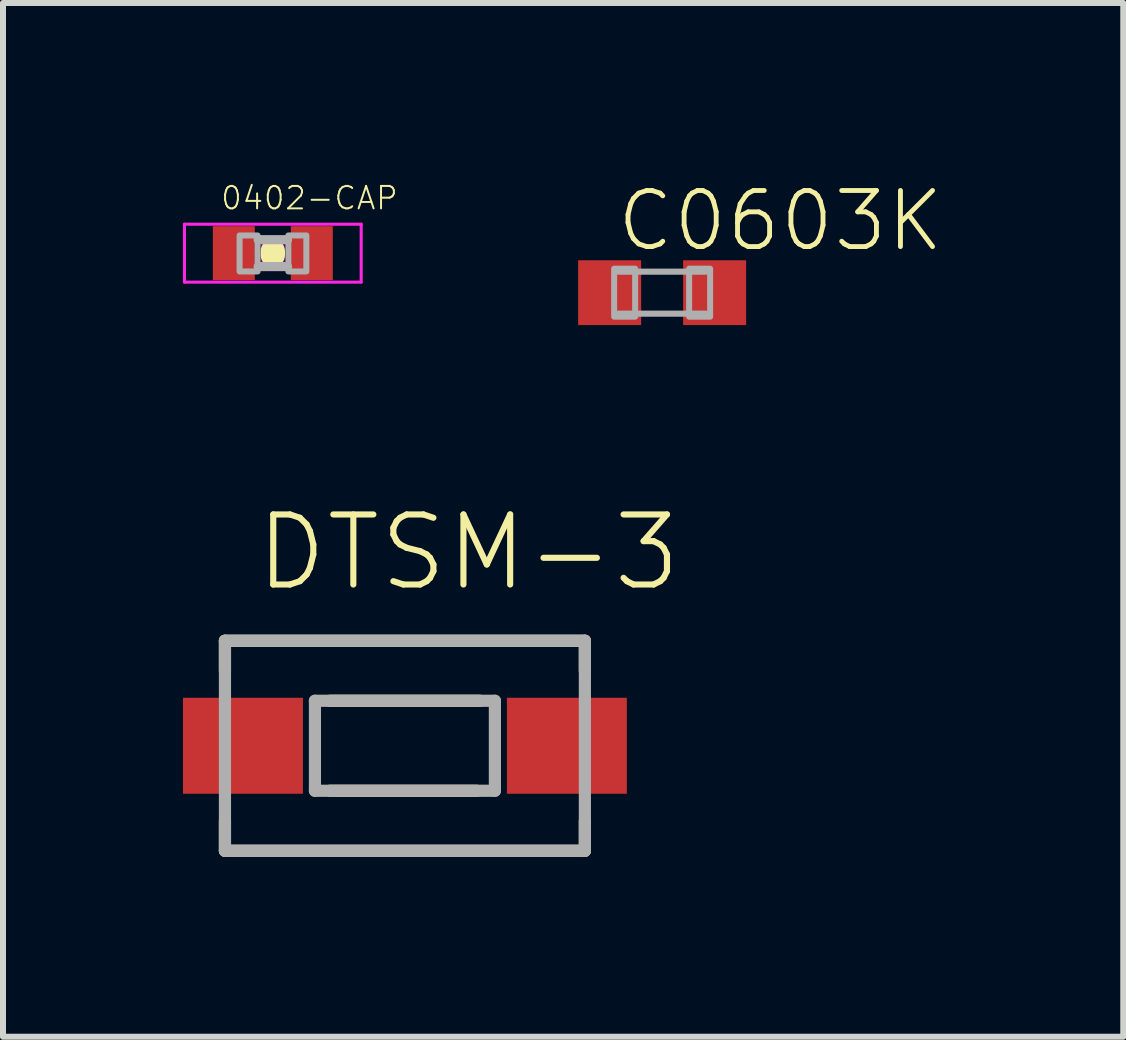
<source format=kicad_pcb>
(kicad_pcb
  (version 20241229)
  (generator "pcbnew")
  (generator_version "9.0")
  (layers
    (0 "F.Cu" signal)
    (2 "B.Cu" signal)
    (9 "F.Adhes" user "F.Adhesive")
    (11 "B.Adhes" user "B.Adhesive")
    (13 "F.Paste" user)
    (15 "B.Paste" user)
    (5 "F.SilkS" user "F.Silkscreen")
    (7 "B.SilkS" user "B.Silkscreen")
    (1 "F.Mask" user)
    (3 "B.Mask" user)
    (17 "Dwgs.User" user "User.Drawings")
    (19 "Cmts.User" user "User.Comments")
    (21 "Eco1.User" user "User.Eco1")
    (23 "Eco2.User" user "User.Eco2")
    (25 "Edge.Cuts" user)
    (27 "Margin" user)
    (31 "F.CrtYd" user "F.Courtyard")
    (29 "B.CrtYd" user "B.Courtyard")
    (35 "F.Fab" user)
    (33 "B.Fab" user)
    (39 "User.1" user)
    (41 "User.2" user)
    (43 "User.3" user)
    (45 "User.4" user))
  (footprint "C0603K"
    (layer "F.Cu")
    (at 7.988 1.829)
    (property "Reference" "C0603K" (at -0.8 -0.65 0) (layer "F.SilkS") (effects (font (size 0.935 0.935) (thickness 0.081)) (justify left bottom)))
    (fp_line (start -0.725 -0.35) (end 0.725 -0.35) (stroke (width 0.102) (type solid)) (layer "F.Fab"))
    (fp_line (start 0.725 0.35) (end -0.725 0.35) (stroke (width 0.102) (type solid)) (layer "F.Fab"))
    (fp_poly (pts (xy -0.8 0.4) (xy -0.45 0.4) (xy -0.45 -0.4) (xy -0.8 -0.4)) (stroke (width 0.1) (type default)) (fill no) (layer "F.Fab"))
    (fp_poly (pts (xy 0.45 0.4) (xy 0.8 0.4) (xy 0.8 -0.4) (xy 0.45 -0.4)) (stroke (width 0.1) (type default)) (fill no) (layer "F.Fab"))
    (pad "1" smd rect (at -0.875 0) (size 1.05 1.08) (layers "F.Cu" "F.Mask" "F.Paste"))
    (pad "2" smd rect (at 0.875 0) (size 1.05 1.08) (layers "F.Cu" "F.Mask" "F.Paste")))
  (footprint "DTSM-3"
    (layer "F.Cu")
    (at 3.7 9.382)
    (property "Reference" "DTSM-3" (at -2.54 -2.54 0) (layer "F.SilkS") (effects (font (size 1.168 1.168) (thickness 0.102)) (justify left bottom)))
    (fp_line (start -3 -1.75) (end -3 -1.25) (stroke (width 0.203) (type solid)) (layer "F.SilkS"))
    (fp_line (start -3 -1.75) (end 3 -1.75) (stroke (width 0.203) (type solid)) (layer "F.SilkS"))
    (fp_line (start -3 1.75) (end -3 1.25) (stroke (width 0.203) (type solid)) (layer "F.SilkS"))
    (fp_line (start -1.25 -0.75) (end 1.25 -0.75) (stroke (width 0.203) (type solid)) (layer "F.SilkS"))
    (fp_line (start -1.25 0.75) (end 1.2 0.75) (stroke (width 0.203) (type solid)) (layer "F.SilkS"))
    (fp_line (start 3 -1.75) (end 3 -1.25) (stroke (width 0.203) (type solid)) (layer "F.SilkS"))
    (fp_line (start 3 1.25) (end 3 1.75) (stroke (width 0.203) (type solid)) (layer "F.SilkS"))
    (fp_line (start 3 1.75) (end -3 1.75) (stroke (width 0.203) (type solid)) (layer "F.SilkS"))
    (fp_line (start -3 -1.75) (end 3 -1.75) (stroke (width 0.203) (type solid)) (layer "F.Fab"))
    (fp_line (start -3 1.75) (end -3 -1.75) (stroke (width 0.203) (type solid)) (layer "F.Fab"))
    (fp_line (start -1.5 -0.75) (end 1.5 -0.75) (stroke (width 0.203) (type solid)) (layer "F.Fab"))
    (fp_line (start -1.5 0.75) (end -1.5 -0.75) (stroke (width 0.203) (type solid)) (layer "F.Fab"))
    (fp_line (start 1.5 -0.75) (end 1.5 0.75) (stroke (width 0.203) (type solid)) (layer "F.Fab"))
    (fp_line (start 1.5 0.75) (end -1.5 0.75) (stroke (width 0.203) (type solid)) (layer "F.Fab"))
    (fp_line (start 3 -1.75) (end 3 1.75) (stroke (width 0.203) (type solid)) (layer "F.Fab"))
    (fp_line (start 3 1.75) (end -3 1.75) (stroke (width 0.203) (type solid)) (layer "F.Fab"))
    (pad "1" smd rect (at -2.7 0) (size 2 1.6) (layers "F.Cu" "F.Mask" "F.Paste"))
    (pad "2" smd rect (at 2.7 0) (size 2 1.6) (layers "F.Cu" "F.Mask" "F.Paste")))
  (footprint "0402-CAP"
    (layer "F.Cu")
    (at 1.498 1.17)
    (property "Reference" "0402-CAP" (at -0.889 -0.699 0) (layer "F.SilkS") (effects (font (size 0.374 0.374) (thickness 0.033)) (justify left bottom)))
    (fp_line (start 0 -0.03) (end 0 0.03) (stroke (width 0.406) (type solid)) (layer "F.SilkS"))
    (fp_poly (pts (xy -0.2 0.3) (xy 0.2 0.3) (xy 0.2 -0.3) (xy -0.2 -0.3)) (stroke (width 0) (type default)) (fill yes) (layer "F.Adhes"))
    (fp_line (start -1.473 -0.483) (end 1.473 -0.483) (stroke (width 0.051) (type solid)) (layer "F.CrtYd"))
    (fp_line (start -1.473 0.483) (end -1.473 -0.483) (stroke (width 0.051) (type solid)) (layer "F.CrtYd"))
    (fp_line (start 1.473 -0.483) (end 1.473 0.483) (stroke (width 0.051) (type solid)) (layer "F.CrtYd"))
    (fp_line (start 1.473 0.483) (end -1.473 0.483) (stroke (width 0.051) (type solid)) (layer "F.CrtYd"))
    (fp_line (start -0.245 -0.224) (end 0.245 -0.224) (stroke (width 0.152) (type solid)) (layer "F.Fab"))
    (fp_line (start 0.245 0.224) (end -0.245 0.224) (stroke (width 0.152) (type solid)) (layer "F.Fab"))
    (fp_poly (pts (xy -0.554 0.305) (xy -0.254 0.305) (xy -0.254 -0.295) (xy -0.554 -0.295)) (stroke (width 0.1) (type default)) (fill no) (layer "F.Fab"))
    (fp_poly (pts (xy 0.259 0.305) (xy 0.559 0.305) (xy 0.559 -0.295) (xy 0.259 -0.295)) (stroke (width 0.1) (type default)) (fill no) (layer "F.Fab"))
    (pad "1" smd rect (at -0.65 0) (size 0.7 0.9) (layers "F.Cu" "F.Mask" "F.Paste"))
    (pad "2" smd rect (at 0.65 0) (size 0.7 0.9) (layers "F.Cu" "F.Mask" "F.Paste")))
  (gr_rect
    (start -3 -3)
    (end 15.675 14.233)
    (stroke (width 0.1) (type default))
    (fill no)
    (layer "Edge.Cuts")))
</source>
